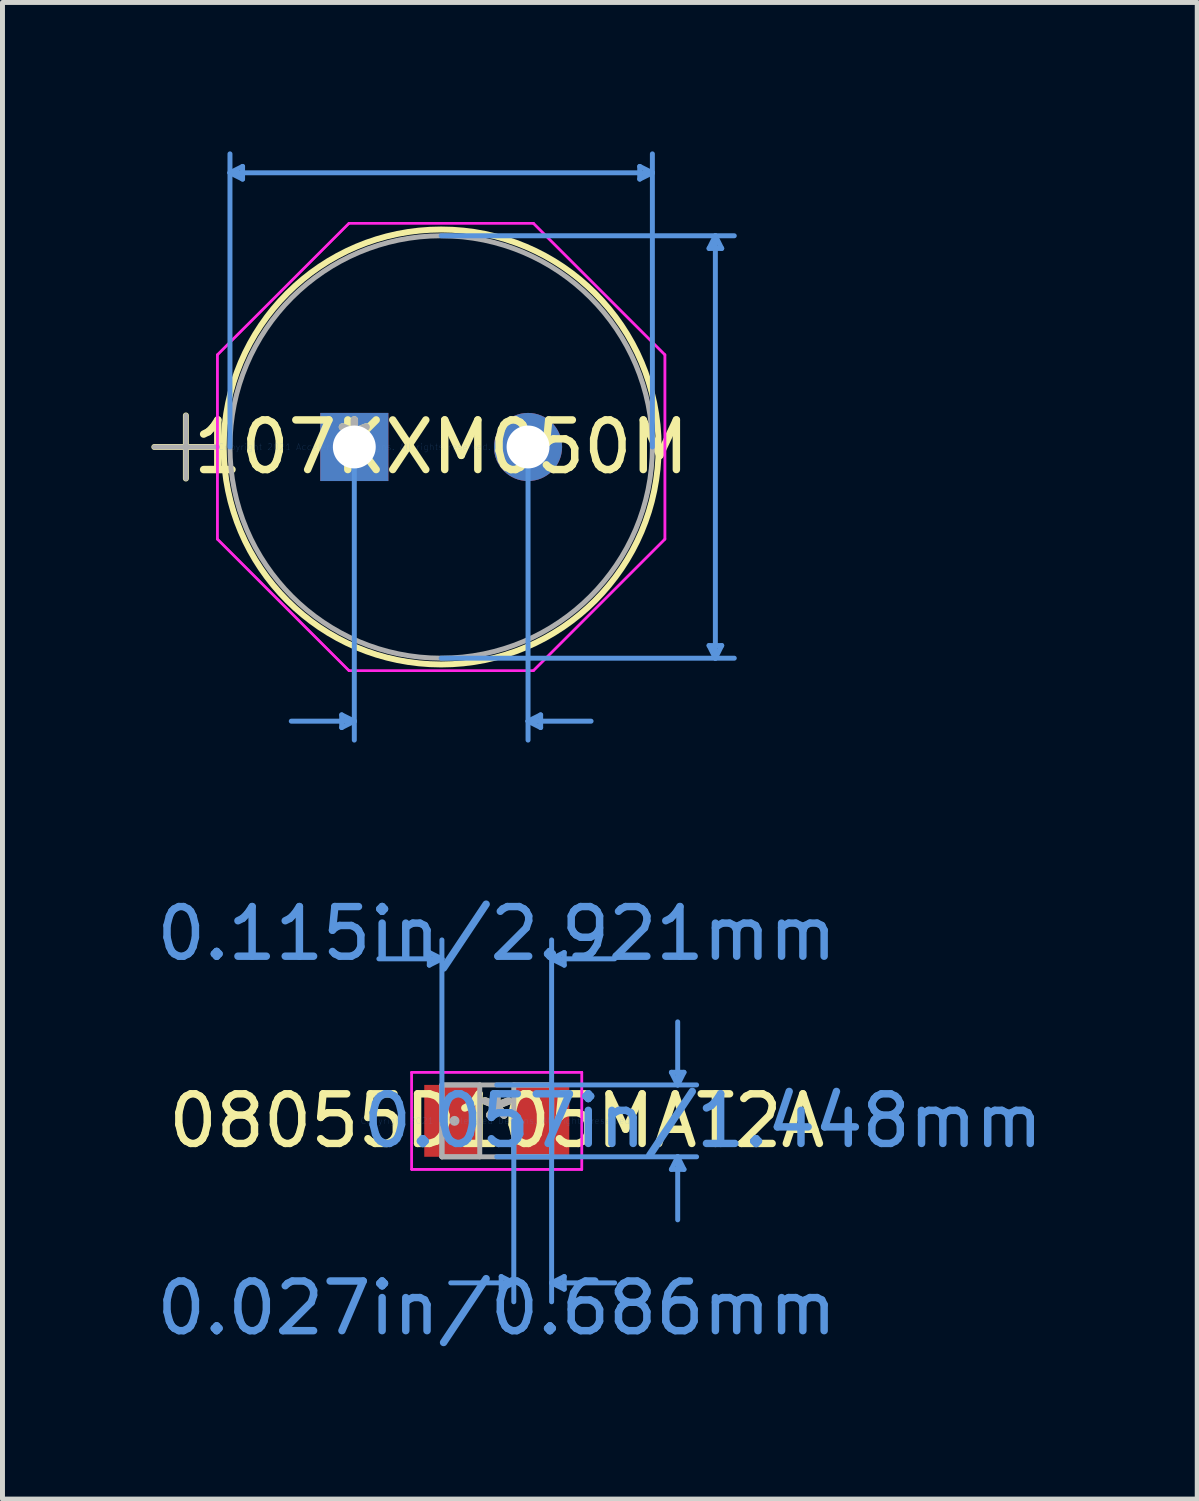
<source format=kicad_pcb>
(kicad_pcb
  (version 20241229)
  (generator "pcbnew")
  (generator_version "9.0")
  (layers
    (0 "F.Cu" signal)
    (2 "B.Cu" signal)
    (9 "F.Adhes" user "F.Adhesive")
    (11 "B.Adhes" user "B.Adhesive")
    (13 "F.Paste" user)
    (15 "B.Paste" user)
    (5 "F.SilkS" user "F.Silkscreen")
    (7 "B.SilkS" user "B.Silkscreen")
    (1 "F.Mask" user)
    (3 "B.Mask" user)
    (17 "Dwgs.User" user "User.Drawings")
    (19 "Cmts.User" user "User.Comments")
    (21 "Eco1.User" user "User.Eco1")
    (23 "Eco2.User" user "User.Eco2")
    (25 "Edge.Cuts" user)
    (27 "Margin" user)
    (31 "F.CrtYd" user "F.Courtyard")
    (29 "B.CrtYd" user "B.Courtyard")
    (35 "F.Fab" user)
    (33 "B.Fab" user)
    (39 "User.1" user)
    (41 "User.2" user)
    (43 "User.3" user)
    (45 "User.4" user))
  (footprint "08055D105MAT2A"
    (layer "F.Cu")
    (at 6.958 19.531)
    (property "Reference" "08055D105MAT2A" (at 0 0 0) (layer "F.SilkS") (effects (font (size 1 1) (thickness 0.15))))
    (attr through_hole)
    (fp_line (start -1.359 -3.391) (end -1.359 -3.137) (stroke (width 0.1) (type solid)) (layer "Cmts.User"))
    (fp_line (start -1.105 -3.264) (end -2.375 -3.264) (stroke (width 0.1) (type solid)) (layer "Cmts.User"))
    (fp_line (start -1.105 -3.264) (end -1.359 -3.391) (stroke (width 0.1) (type solid)) (layer "Cmts.User"))
    (fp_line (start -1.105 -3.264) (end -1.359 -3.137) (stroke (width 0.1) (type solid)) (layer "Cmts.User"))
    (fp_line (start -1.105 0) (end -1.105 -3.645) (stroke (width 0.1) (type solid)) (layer "Cmts.User"))
    (fp_line (start 0 -0.724) (end 4.026 -0.724) (stroke (width 0.1) (type solid)) (layer "Cmts.User"))
    (fp_line (start 0 0.724) (end 4.026 0.724) (stroke (width 0.1) (type solid)) (layer "Cmts.User"))
    (fp_line (start 0.089 3.137) (end 0.089 3.391) (stroke (width 0.1) (type solid)) (layer "Cmts.User"))
    (fp_line (start 0.343 0) (end 0.343 3.645) (stroke (width 0.1) (type solid)) (layer "Cmts.User"))
    (fp_line (start 0.343 3.264) (end -0.927 3.264) (stroke (width 0.1) (type solid)) (layer "Cmts.User"))
    (fp_line (start 0.343 3.264) (end 0.089 3.137) (stroke (width 0.1) (type solid)) (layer "Cmts.User"))
    (fp_line (start 0.343 3.264) (end 0.089 3.391) (stroke (width 0.1) (type solid)) (layer "Cmts.User"))
    (fp_line (start 1.105 -3.264) (end 1.359 -3.391) (stroke (width 0.1) (type solid)) (layer "Cmts.User"))
    (fp_line (start 1.105 -3.264) (end 1.359 -3.137) (stroke (width 0.1) (type solid)) (layer "Cmts.User"))
    (fp_line (start 1.105 -3.264) (end 2.375 -3.264) (stroke (width 0.1) (type solid)) (layer "Cmts.User"))
    (fp_line (start 1.105 0) (end 1.105 -3.645) (stroke (width 0.1) (type solid)) (layer "Cmts.User"))
    (fp_line (start 1.105 0) (end 1.105 3.645) (stroke (width 0.1) (type solid)) (layer "Cmts.User"))
    (fp_line (start 1.105 3.264) (end 1.359 3.137) (stroke (width 0.1) (type solid)) (layer "Cmts.User"))
    (fp_line (start 1.105 3.264) (end 1.359 3.391) (stroke (width 0.1) (type solid)) (layer "Cmts.User"))
    (fp_line (start 1.105 3.264) (end 2.375 3.264) (stroke (width 0.1) (type solid)) (layer "Cmts.User"))
    (fp_line (start 1.359 -3.391) (end 1.359 -3.137) (stroke (width 0.1) (type solid)) (layer "Cmts.User"))
    (fp_line (start 1.359 3.137) (end 1.359 3.391) (stroke (width 0.1) (type solid)) (layer "Cmts.User"))
    (fp_line (start 3.518 -0.978) (end 3.772 -0.978) (stroke (width 0.1) (type solid)) (layer "Cmts.User"))
    (fp_line (start 3.518 0.978) (end 3.772 0.978) (stroke (width 0.1) (type solid)) (layer "Cmts.User"))
    (fp_line (start 3.645 -0.724) (end 3.518 -0.978) (stroke (width 0.1) (type solid)) (layer "Cmts.User"))
    (fp_line (start 3.645 -0.724) (end 3.645 -1.994) (stroke (width 0.1) (type solid)) (layer "Cmts.User"))
    (fp_line (start 3.645 -0.724) (end 3.772 -0.978) (stroke (width 0.1) (type solid)) (layer "Cmts.User"))
    (fp_line (start 3.645 0.724) (end 3.518 0.978) (stroke (width 0.1) (type solid)) (layer "Cmts.User"))
    (fp_line (start 3.645 0.724) (end 3.645 1.994) (stroke (width 0.1) (type solid)) (layer "Cmts.User"))
    (fp_line (start 3.645 0.724) (end 3.772 0.978) (stroke (width 0.1) (type solid)) (layer "Cmts.User"))
    (fp_line (start -1.714 -0.978) (end 1.714 -0.978) (stroke (width 0.05) (type solid)) (layer "F.CrtYd"))
    (fp_line (start -1.714 -0.978) (end 1.714 -0.978) (stroke (width 0.05) (type solid)) (layer "F.CrtYd"))
    (fp_line (start -1.714 0.978) (end -1.714 -0.978) (stroke (width 0.05) (type solid)) (layer "F.CrtYd"))
    (fp_line (start -1.714 0.978) (end -1.714 -0.978) (stroke (width 0.05) (type solid)) (layer "F.CrtYd"))
    (fp_line (start 1.714 -0.978) (end 1.714 0.978) (stroke (width 0.05) (type solid)) (layer "F.CrtYd"))
    (fp_line (start 1.714 -0.978) (end 1.714 0.978) (stroke (width 0.05) (type solid)) (layer "F.CrtYd"))
    (fp_line (start 1.714 0.978) (end -1.714 0.978) (stroke (width 0.05) (type solid)) (layer "F.CrtYd"))
    (fp_line (start 1.714 0.978) (end -1.714 0.978) (stroke (width 0.05) (type solid)) (layer "F.CrtYd"))
    (fp_line (start -1.105 -0.724) (end -1.105 0.724) (stroke (width 0.1) (type solid)) (layer "F.Fab"))
    (fp_line (start -1.105 -0.724) (end -1.105 0.724) (stroke (width 0.1) (type solid)) (layer "F.Fab"))
    (fp_line (start -1.105 0.724) (end -0.343 0.724) (stroke (width 0.1) (type solid)) (layer "F.Fab"))
    (fp_line (start -1.105 0.724) (end 1.105 0.724) (stroke (width 0.1) (type solid)) (layer "F.Fab"))
    (fp_line (start -0.343 -0.724) (end -1.105 -0.724) (stroke (width 0.1) (type solid)) (layer "F.Fab"))
    (fp_line (start -0.343 0.724) (end -0.343 -0.724) (stroke (width 0.1) (type solid)) (layer "F.Fab"))
    (fp_line (start 0.343 -0.724) (end 0.343 0.724) (stroke (width 0.1) (type solid)) (layer "F.Fab"))
    (fp_line (start 0.343 0.724) (end 1.105 0.724) (stroke (width 0.1) (type solid)) (layer "F.Fab"))
    (fp_line (start 1.105 -0.724) (end -1.105 -0.724) (stroke (width 0.1) (type solid)) (layer "F.Fab"))
    (fp_line (start 1.105 -0.724) (end 0.343 -0.724) (stroke (width 0.1) (type solid)) (layer "F.Fab"))
    (fp_line (start 1.105 0.724) (end 1.105 -0.724) (stroke (width 0.1) (type solid)) (layer "F.Fab"))
    (fp_line (start 1.105 0.724) (end 1.105 -0.724) (stroke (width 0.1) (type solid)) (layer "F.Fab"))
    (fp_circle (center -0.851 0) (end -0.851 0) (stroke (width 0.1) (type solid)) (fill no) (layer "F.Fab"))
    (fp_text user "*" (at 0 0 0) (layer "F.SilkS") (effects (font (size 1 1) (thickness 0.15))))
    (fp_text user "0.115in/2.921mm" (at 0 -3.772 0) (layer "Cmts.User") (effects (font (size 1 1) (thickness 0.15))))
    (fp_text user "0.057in/1.448mm" (at 4.153 0 0) (layer "Cmts.User") (effects (font (size 1 1) (thickness 0.15))))
    (fp_text user "0.027in/0.686mm" (at 0 3.772 0) (layer "Cmts.User") (effects (font (size 1 1) (thickness 0.15))))
    (fp_text user "Copyright 2021 Accelerated Designs. All rights reserved." (at 0 0 0) (layer "Cmts.User") (effects (font (size 0.127 0.127) (thickness 0.002))))
    (fp_text user "*" (at 0 0 0) (layer "F.Fab") (effects (font (size 1 1) (thickness 0.15))))
    (pad "1" smd rect (at -0.902 0) (size 1.118 1.448) (layers "F.Cu" "F.Mask" "F.Paste"))
    (pad "2" smd rect (at 0.902 0) (size 1.118 1.448) (layers "F.Cu" "F.Mask" "F.Paste")))
  (footprint "107KXM050M"
    (layer "F.Cu")
    (at 4.088 5.955)
    (property "Reference" "107KXM050M" (at 1.75 0 0) (layer "F.SilkS") (effects (font (size 1 1) (thickness 0.15))))
    (attr through_hole)
    (fp_line (start -4.029 0) (end -2.759 0) (stroke (width 0.12) (type solid)) (layer "F.SilkS"))
    (fp_line (start -3.393 -0.635) (end -3.393 0.635) (stroke (width 0.12) (type solid)) (layer "F.SilkS"))
    (fp_circle (center 1.75 0) (end 6.131 0) (stroke (width 0.12) (type solid)) (fill no) (layer "F.SilkS"))
    (fp_line (start -2.505 -5.524) (end -2.251 -5.652) (stroke (width 0.1) (type solid)) (layer "Cmts.User"))
    (fp_line (start -2.505 -5.524) (end -2.251 -5.397) (stroke (width 0.1) (type solid)) (layer "Cmts.User"))
    (fp_line (start -2.505 -5.524) (end 6.005 -5.524) (stroke (width 0.1) (type solid)) (layer "Cmts.User"))
    (fp_line (start -2.505 0) (end -2.505 -5.905) (stroke (width 0.1) (type solid)) (layer "Cmts.User"))
    (fp_line (start -2.251 -5.652) (end -2.251 -5.397) (stroke (width 0.1) (type solid)) (layer "Cmts.User"))
    (fp_line (start -0.254 5.397) (end -0.254 5.652) (stroke (width 0.1) (type solid)) (layer "Cmts.User"))
    (fp_line (start 0 0) (end 0 5.905) (stroke (width 0.1) (type solid)) (layer "Cmts.User"))
    (fp_line (start 0 5.524) (end -1.27 5.524) (stroke (width 0.1) (type solid)) (layer "Cmts.User"))
    (fp_line (start 0 5.524) (end -0.254 5.397) (stroke (width 0.1) (type solid)) (layer "Cmts.User"))
    (fp_line (start 0 5.524) (end -0.254 5.652) (stroke (width 0.1) (type solid)) (layer "Cmts.User"))
    (fp_line (start 1.75 -4.255) (end 7.655 -4.255) (stroke (width 0.1) (type solid)) (layer "Cmts.User"))
    (fp_line (start 1.75 4.255) (end 7.655 4.255) (stroke (width 0.1) (type solid)) (layer "Cmts.User"))
    (fp_line (start 3.5 0) (end 3.5 5.905) (stroke (width 0.1) (type solid)) (layer "Cmts.User"))
    (fp_line (start 3.5 5.524) (end 3.754 5.397) (stroke (width 0.1) (type solid)) (layer "Cmts.User"))
    (fp_line (start 3.5 5.524) (end 3.754 5.652) (stroke (width 0.1) (type solid)) (layer "Cmts.User"))
    (fp_line (start 3.5 5.524) (end 4.77 5.524) (stroke (width 0.1) (type solid)) (layer "Cmts.User"))
    (fp_line (start 3.754 5.397) (end 3.754 5.652) (stroke (width 0.1) (type solid)) (layer "Cmts.User"))
    (fp_line (start 5.75 -5.652) (end 5.75 -5.397) (stroke (width 0.1) (type solid)) (layer "Cmts.User"))
    (fp_line (start 6.005 -5.524) (end 5.75 -5.652) (stroke (width 0.1) (type solid)) (layer "Cmts.User"))
    (fp_line (start 6.005 -5.524) (end 5.75 -5.397) (stroke (width 0.1) (type solid)) (layer "Cmts.User"))
    (fp_line (start 6.005 0) (end 6.005 -5.905) (stroke (width 0.1) (type solid)) (layer "Cmts.User"))
    (fp_line (start 7.147 -4) (end 7.402 -4) (stroke (width 0.1) (type solid)) (layer "Cmts.User"))
    (fp_line (start 7.147 4) (end 7.402 4) (stroke (width 0.1) (type solid)) (layer "Cmts.User"))
    (fp_line (start 7.274 -4.255) (end 7.147 -4) (stroke (width 0.1) (type solid)) (layer "Cmts.User"))
    (fp_line (start 7.274 -4.255) (end 7.274 4.255) (stroke (width 0.1) (type solid)) (layer "Cmts.User"))
    (fp_line (start 7.274 -4.255) (end 7.402 -4) (stroke (width 0.1) (type solid)) (layer "Cmts.User"))
    (fp_line (start 7.274 4.255) (end 7.147 4) (stroke (width 0.1) (type solid)) (layer "Cmts.User"))
    (fp_line (start 7.274 4.255) (end 7.402 4) (stroke (width 0.1) (type solid)) (layer "Cmts.User"))
    (fp_line (start -2.759 -1.856) (end -0.106 -4.508) (stroke (width 0.05) (type solid)) (layer "F.CrtYd"))
    (fp_line (start -2.759 -1.856) (end -0.106 -4.508) (stroke (width 0.05) (type solid)) (layer "F.CrtYd"))
    (fp_line (start -2.759 1.856) (end -2.759 -1.856) (stroke (width 0.05) (type solid)) (layer "F.CrtYd"))
    (fp_line (start -2.759 1.856) (end -2.759 -1.856) (stroke (width 0.05) (type solid)) (layer "F.CrtYd"))
    (fp_line (start -0.106 -4.508) (end 3.606 -4.508) (stroke (width 0.05) (type solid)) (layer "F.CrtYd"))
    (fp_line (start -0.106 -4.508) (end 3.606 -4.508) (stroke (width 0.05) (type solid)) (layer "F.CrtYd"))
    (fp_line (start -0.106 4.508) (end -2.759 1.856) (stroke (width 0.05) (type solid)) (layer "F.CrtYd"))
    (fp_line (start -0.106 4.508) (end -2.759 1.856) (stroke (width 0.05) (type solid)) (layer "F.CrtYd"))
    (fp_line (start 3.606 -4.508) (end 6.258 -1.856) (stroke (width 0.05) (type solid)) (layer "F.CrtYd"))
    (fp_line (start 3.606 -4.508) (end 6.258 -1.856) (stroke (width 0.05) (type solid)) (layer "F.CrtYd"))
    (fp_line (start 3.606 4.508) (end -0.106 4.508) (stroke (width 0.05) (type solid)) (layer "F.CrtYd"))
    (fp_line (start 3.606 4.508) (end -0.106 4.508) (stroke (width 0.05) (type solid)) (layer "F.CrtYd"))
    (fp_line (start 6.258 -1.856) (end 6.258 1.856) (stroke (width 0.05) (type solid)) (layer "F.CrtYd"))
    (fp_line (start 6.258 -1.856) (end 6.258 1.856) (stroke (width 0.05) (type solid)) (layer "F.CrtYd"))
    (fp_line (start 6.258 1.856) (end 3.606 4.508) (stroke (width 0.05) (type solid)) (layer "F.CrtYd"))
    (fp_line (start 6.258 1.856) (end 3.606 4.508) (stroke (width 0.05) (type solid)) (layer "F.CrtYd"))
    (fp_line (start -4.029 0) (end -2.759 0) (stroke (width 0.1) (type solid)) (layer "F.Fab"))
    (fp_line (start -3.393 -0.635) (end -3.393 0.635) (stroke (width 0.1) (type solid)) (layer "F.Fab"))
    (fp_circle (center 1.75 0) (end 6.005 0) (stroke (width 0.1) (type solid)) (fill no) (layer "F.Fab"))
    (fp_text user "*" (at 0 0 0) (layer "F.SilkS") (effects (font (size 1 1) (thickness 0.15))))
    (fp_text user "Copyright 2021 Accelerated Designs. All rights reserved." (at 0 0 0) (layer "Cmts.User") (effects (font (size 0.127 0.127) (thickness 0.002))))
    (fp_text user "*" (at 0 0 0) (layer "F.Fab") (effects (font (size 1 1) (thickness 0.15))))
    (pad "1" thru_hole rect (at 0 0) (size 1.372 1.372) (drill 0.864) (layers "*.Cu" "*.Mask"))
    (pad "2" thru_hole circle (at 3.5 0) (size 1.372 1.372) (drill 0.864) (layers "*.Cu" "*.Mask")))
  (gr_rect
    (start -3 -3)
    (end 21.07 27.151)
    (stroke (width 0.1) (type default))
    (fill no)
    (layer "Edge.Cuts")))
</source>
